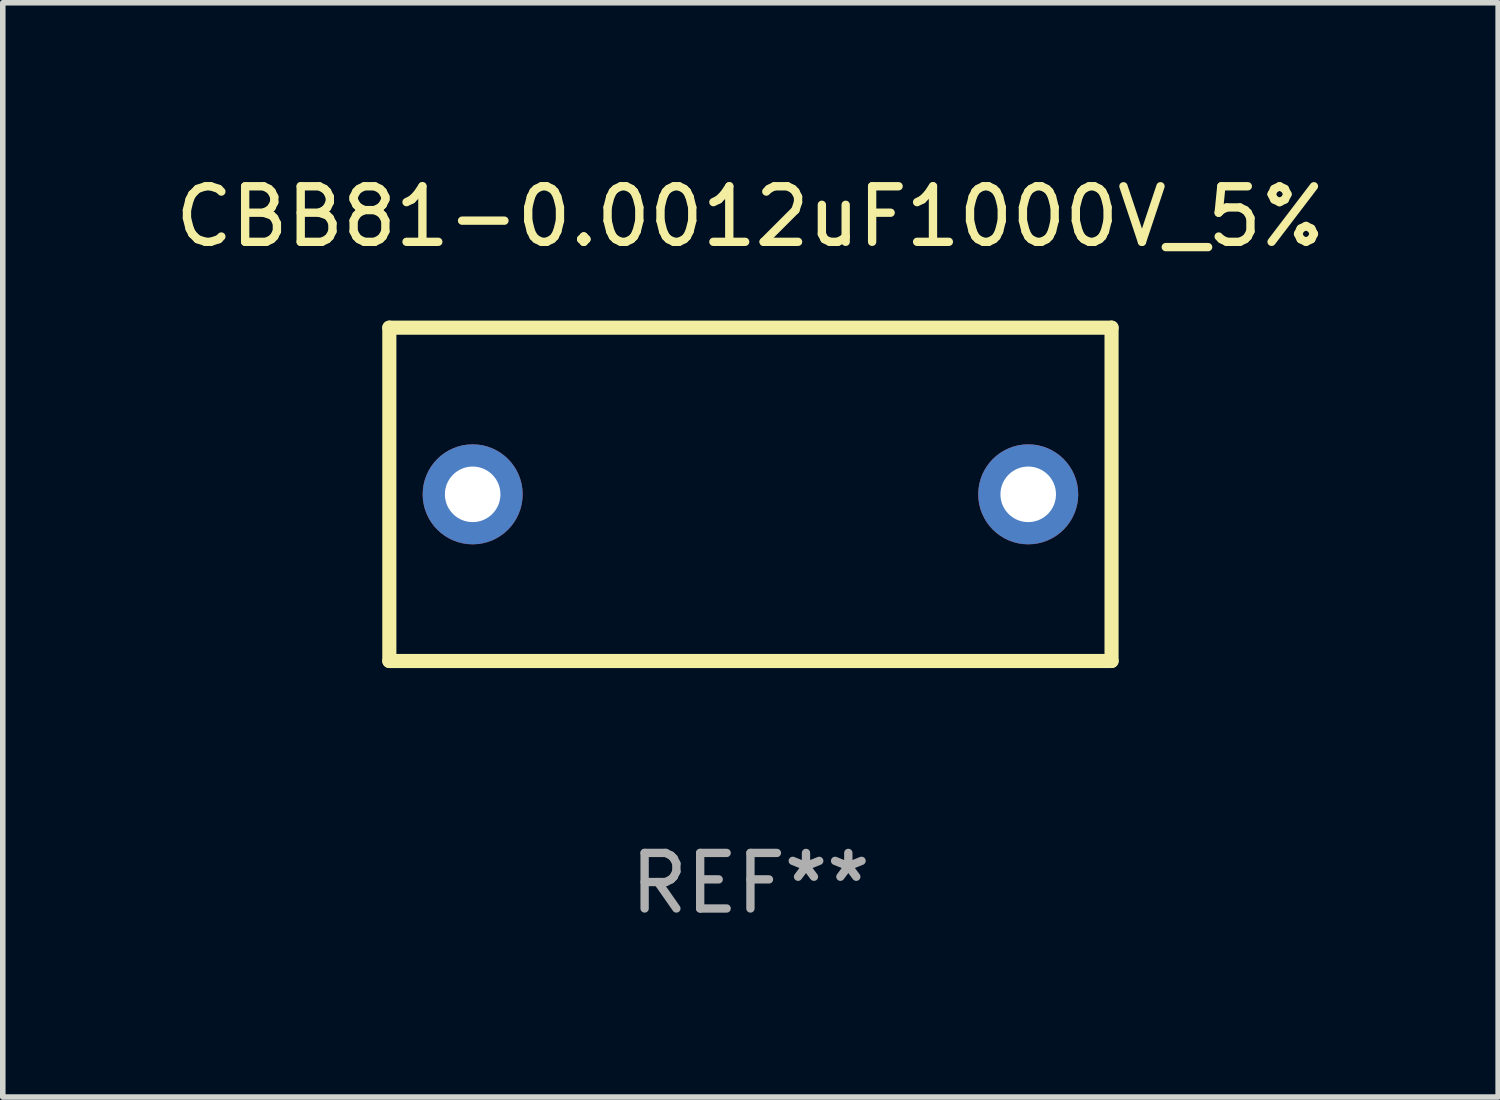
<source format=kicad_pcb>
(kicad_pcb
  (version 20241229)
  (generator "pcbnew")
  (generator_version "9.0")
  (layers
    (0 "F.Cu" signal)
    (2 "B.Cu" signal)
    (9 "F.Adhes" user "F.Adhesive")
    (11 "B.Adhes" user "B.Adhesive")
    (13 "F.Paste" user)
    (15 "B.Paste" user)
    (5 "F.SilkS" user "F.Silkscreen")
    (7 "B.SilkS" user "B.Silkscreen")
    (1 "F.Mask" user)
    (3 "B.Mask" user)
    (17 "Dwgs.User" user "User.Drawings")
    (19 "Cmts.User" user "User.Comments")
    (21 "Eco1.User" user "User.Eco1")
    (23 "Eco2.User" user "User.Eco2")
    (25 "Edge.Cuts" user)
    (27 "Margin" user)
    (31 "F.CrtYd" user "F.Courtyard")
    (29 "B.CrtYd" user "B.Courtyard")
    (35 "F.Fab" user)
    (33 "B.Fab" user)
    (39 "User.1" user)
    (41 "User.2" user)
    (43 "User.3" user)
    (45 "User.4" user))
  (footprint "CBB81-0.0012uF1000V_5%"
    (layer "F.Cu")
    (at 10.458 5.848)
    (property "Reference" "CBB81-0.0012uF1000V_5%" (at 0 -5 0) (layer "F.SilkS") (effects (font (size 1 1) (thickness 0.15))))
    (attr through_hole)
    (fp_line (start -6.5 -3) (end 6.5 -3) (stroke (width 0.254) (type solid)) (layer "F.SilkS"))
    (fp_line (start -6.5 3) (end -6.5 -3) (stroke (width 0.254) (type solid)) (layer "F.SilkS"))
    (fp_line (start 6.5 -3) (end 6.5 3) (stroke (width 0.254) (type solid)) (layer "F.SilkS"))
    (fp_line (start 6.5 3) (end -6.5 3) (stroke (width 0.254) (type solid)) (layer "F.SilkS"))
    (fp_circle (center -6.5 3) (end -6.47 3) (stroke (width 0.06) (type solid)) (fill no) (layer "F.SilkS"))
    (fp_text user "REF**" (at 0 7 0) (layer "F.Fab") (effects (font (size 1 1) (thickness 0.15))))
    (pad "1" thru_hole circle (at -5 0) (size 1.8 1.8) (drill 1) (layers "*.Cu" "*.Mask"))
    (pad "2" thru_hole circle (at 5 0) (size 1.8 1.8) (drill 1) (layers "*.Cu" "*.Mask")))
  (gr_rect
    (start -3 -3)
    (end 23.917 16.697)
    (stroke (width 0.1) (type default))
    (fill no)
    (layer "Edge.Cuts")))
</source>
